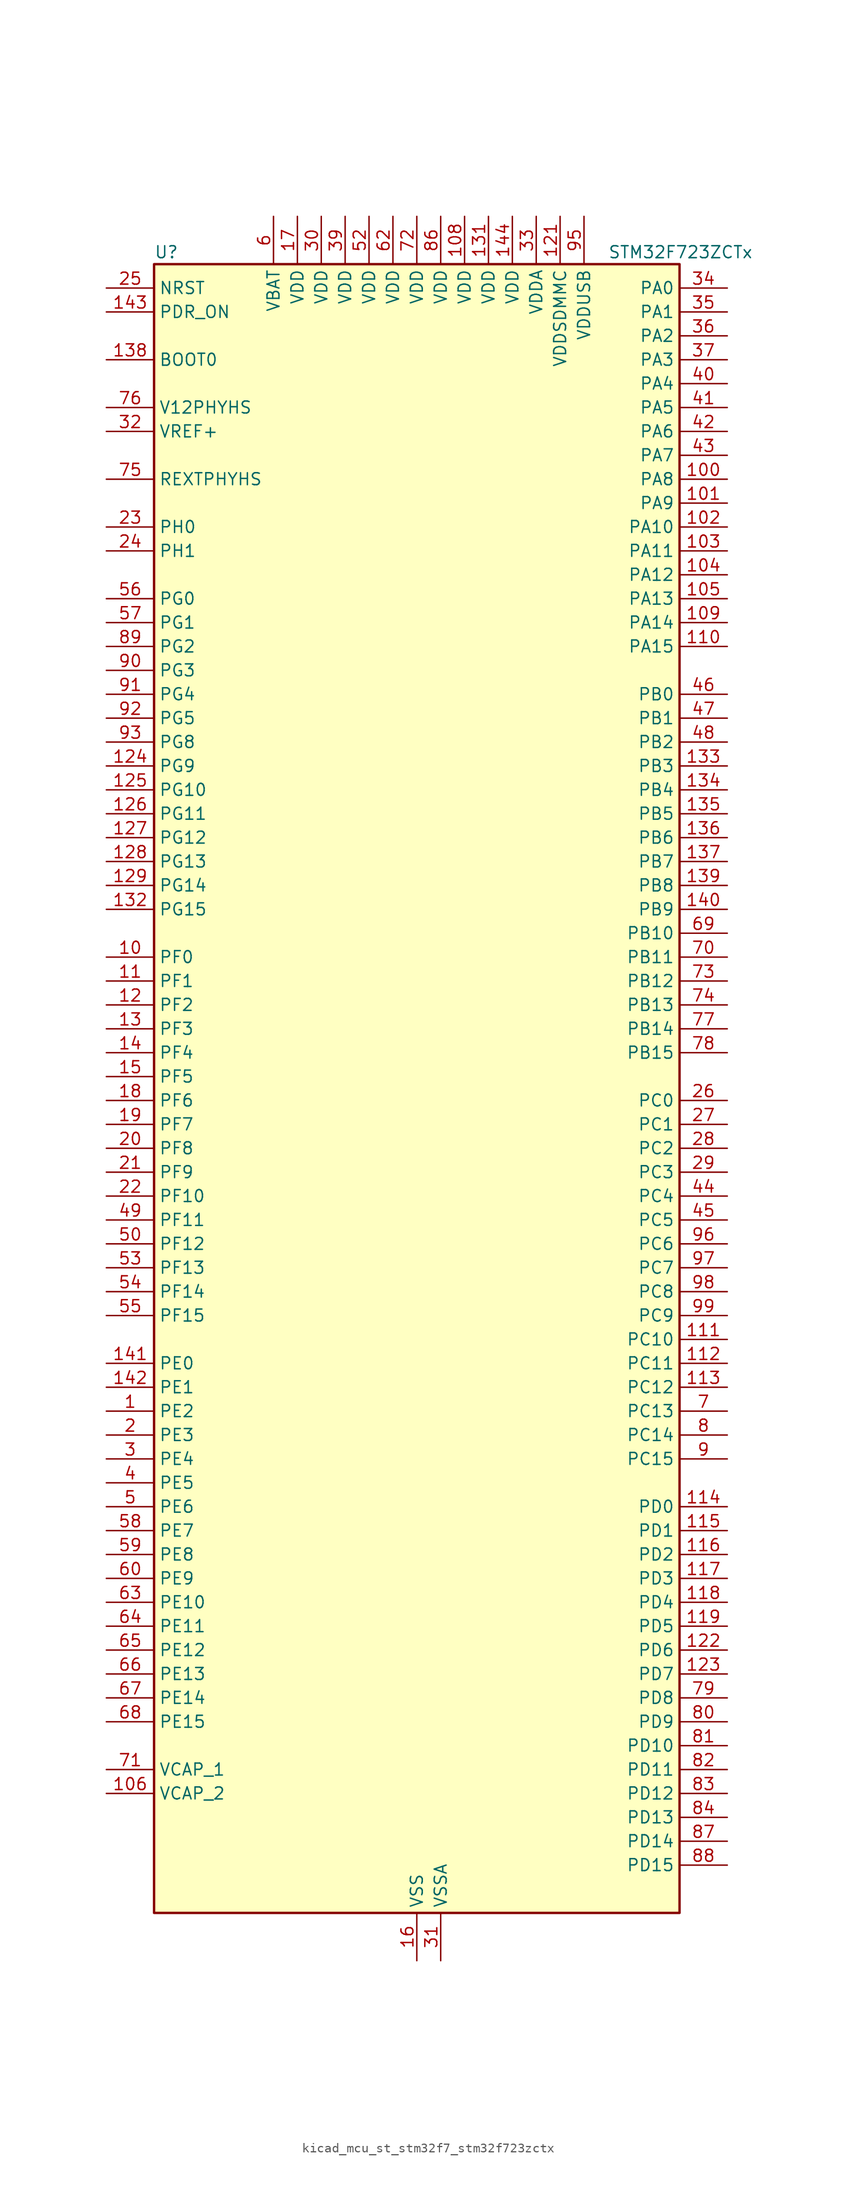
<source format=kicad_sym>
(kicad_symbol_lib
  (version 20220914)
  (generator kicad_symbol_editor)
  (symbol "kicad_mcu_st_stm32f7_stm32f723zctx"
    (property "Reference" "U"
      (at -27.94 90.17 0)
      (effects (font (size 1.27 1.27)) (justify left)))
    (property "Value" "STM32F723ZCTx"
      (at 20.32 90.17 0)
      (effects (font (size 1.27 1.27)) (justify left)))
    (property "ki_locked" ""
      (at 0 0 0)
      (effects (font (size 1.27 1.27))))
    (symbol "kicad_mcu_st_stm32f7_stm32f723zctx_0_1"
      (rectangle (start -27.94 -86.36) (end 27.94 88.9) (stroke (width 0.254) (type default)) (fill (type background))))
    (symbol "kicad_mcu_st_stm32f7_stm32f723zctx_1_1"
      (pin bidirectional line (at -33.02 -33.02 0) (length 5.08) (name "PE2" (effects (font (size 1.27 1.27)))) (number "1" (effects (font (size 1.27 1.27)))) (alternate "FMC_A23" bidirectional line) (alternate "QUADSPI_BK1_IO2" bidirectional line) (alternate "SAI1_MCLK_A" bidirectional line) (alternate "SPI4_SCK" bidirectional line) (alternate "SYS_TRACECLK" bidirectional line))
      (pin bidirectional line (at -33.02 15.24 0) (length 5.08) (name "PF0" (effects (font (size 1.27 1.27)))) (number "10" (effects (font (size 1.27 1.27)))) (alternate "FMC_A0" bidirectional line) (alternate "I2C2_SDA" bidirectional line))
      (pin bidirectional line (at 33.02 66.04 180) (length 5.08) (name "PA8" (effects (font (size 1.27 1.27)))) (number "100" (effects (font (size 1.27 1.27)))) (alternate "I2C3_SCL" bidirectional line) (alternate "RCC_MCO_1" bidirectional line) (alternate "TIM1_CH1" bidirectional line) (alternate "TIM8_BKIN2" bidirectional line) (alternate "USART1_CK" bidirectional line) (alternate "USB_OTG_FS_SOF" bidirectional line))
      (pin bidirectional line (at 33.02 63.5 180) (length 5.08) (name "PA9" (effects (font (size 1.27 1.27)))) (number "101" (effects (font (size 1.27 1.27)))) (alternate "DAC_EXTI9" bidirectional line) (alternate "I2C3_SMBA" bidirectional line) (alternate "I2S2_CK" bidirectional line) (alternate "SPI2_SCK" bidirectional line) (alternate "TIM1_CH2" bidirectional line) (alternate "USART1_TX" bidirectional line) (alternate "USB_OTG_FS_VBUS" bidirectional line))
      (pin bidirectional line (at 33.02 60.96 180) (length 5.08) (name "PA10" (effects (font (size 1.27 1.27)))) (number "102" (effects (font (size 1.27 1.27)))) (alternate "TIM1_CH3" bidirectional line) (alternate "USART1_RX" bidirectional line) (alternate "USB_OTG_FS_ID" bidirectional line))
      (pin bidirectional line (at 33.02 58.42 180) (length 5.08) (name "PA11" (effects (font (size 1.27 1.27)))) (number "103" (effects (font (size 1.27 1.27)))) (alternate "ADC1_EXTI11" bidirectional line) (alternate "ADC2_EXTI11" bidirectional line) (alternate "ADC3_EXTI11" bidirectional line) (alternate "CAN1_RX" bidirectional line) (alternate "TIM1_CH4" bidirectional line) (alternate "USART1_CTS" bidirectional line) (alternate "USB_OTG_FS_DM" bidirectional line))
      (pin bidirectional line (at 33.02 55.88 180) (length 5.08) (name "PA12" (effects (font (size 1.27 1.27)))) (number "104" (effects (font (size 1.27 1.27)))) (alternate "CAN1_TX" bidirectional line) (alternate "SAI2_FS_B" bidirectional line) (alternate "TIM1_ETR" bidirectional line) (alternate "USART1_DE" bidirectional line) (alternate "USART1_RTS" bidirectional line) (alternate "USB_OTG_FS_DP" bidirectional line))
      (pin bidirectional line (at 33.02 53.34 180) (length 5.08) (name "PA13" (effects (font (size 1.27 1.27)))) (number "105" (effects (font (size 1.27 1.27)))) (alternate "SYS_JTMS-SWDIO" bidirectional line))
      (pin power_out line (at -33.02 -73.66 0) (length 5.08) (name "VCAP_2" (effects (font (size 1.27 1.27)))) (number "106" (effects (font (size 1.27 1.27)))))
      (pin passive line (at 0 -91.44 90) (length 5.08) hide (name "VSS" (effects (font (size 1.27 1.27)))) (number "107" (effects (font (size 1.27 1.27)))))
      (pin power_in line (at 5.08 93.98 270) (length 5.08) (name "VDD" (effects (font (size 1.27 1.27)))) (number "108" (effects (font (size 1.27 1.27)))))
      (pin bidirectional line (at 33.02 50.8 180) (length 5.08) (name "PA14" (effects (font (size 1.27 1.27)))) (number "109" (effects (font (size 1.27 1.27)))) (alternate "SYS_JTCK-SWCLK" bidirectional line))
      (pin bidirectional line (at -33.02 12.7 0) (length 5.08) (name "PF1" (effects (font (size 1.27 1.27)))) (number "11" (effects (font (size 1.27 1.27)))) (alternate "FMC_A1" bidirectional line) (alternate "I2C2_SCL" bidirectional line))
      (pin bidirectional line (at 33.02 48.26 180) (length 5.08) (name "PA15" (effects (font (size 1.27 1.27)))) (number "110" (effects (font (size 1.27 1.27)))) (alternate "I2S1_WS" bidirectional line) (alternate "I2S3_WS" bidirectional line) (alternate "SPI1_NSS" bidirectional line) (alternate "SPI3_NSS" bidirectional line) (alternate "SYS_JTDI" bidirectional line) (alternate "TIM2_CH1" bidirectional line) (alternate "TIM2_ETR" bidirectional line) (alternate "UART4_DE" bidirectional line) (alternate "UART4_RTS" bidirectional line))
      (pin bidirectional line (at 33.02 -25.4 180) (length 5.08) (name "PC10" (effects (font (size 1.27 1.27)))) (number "111" (effects (font (size 1.27 1.27)))) (alternate "I2S3_CK" bidirectional line) (alternate "QUADSPI_BK1_IO1" bidirectional line) (alternate "SDMMC1_D2" bidirectional line) (alternate "SPI3_SCK" bidirectional line) (alternate "UART4_TX" bidirectional line) (alternate "USART3_TX" bidirectional line))
      (pin bidirectional line (at 33.02 -27.94 180) (length 5.08) (name "PC11" (effects (font (size 1.27 1.27)))) (number "112" (effects (font (size 1.27 1.27)))) (alternate "ADC1_EXTI11" bidirectional line) (alternate "ADC2_EXTI11" bidirectional line) (alternate "ADC3_EXTI11" bidirectional line) (alternate "QUADSPI_BK2_NCS" bidirectional line) (alternate "SDMMC1_D3" bidirectional line) (alternate "SPI3_MISO" bidirectional line) (alternate "UART4_RX" bidirectional line) (alternate "USART3_RX" bidirectional line))
      (pin bidirectional line (at 33.02 -30.48 180) (length 5.08) (name "PC12" (effects (font (size 1.27 1.27)))) (number "113" (effects (font (size 1.27 1.27)))) (alternate "I2S3_SD" bidirectional line) (alternate "SDMMC1_CK" bidirectional line) (alternate "SPI3_MOSI" bidirectional line) (alternate "SYS_TRACED3" bidirectional line) (alternate "UART5_TX" bidirectional line) (alternate "USART3_CK" bidirectional line))
      (pin bidirectional line (at 33.02 -43.18 180) (length 5.08) (name "PD0" (effects (font (size 1.27 1.27)))) (number "114" (effects (font (size 1.27 1.27)))) (alternate "CAN1_RX" bidirectional line) (alternate "FMC_D2" bidirectional line) (alternate "FMC_DA2" bidirectional line))
      (pin bidirectional line (at 33.02 -45.72 180) (length 5.08) (name "PD1" (effects (font (size 1.27 1.27)))) (number "115" (effects (font (size 1.27 1.27)))) (alternate "CAN1_TX" bidirectional line) (alternate "FMC_D3" bidirectional line) (alternate "FMC_DA3" bidirectional line))
      (pin bidirectional line (at 33.02 -48.26 180) (length 5.08) (name "PD2" (effects (font (size 1.27 1.27)))) (number "116" (effects (font (size 1.27 1.27)))) (alternate "SDMMC1_CMD" bidirectional line) (alternate "SYS_TRACED2" bidirectional line) (alternate "TIM3_ETR" bidirectional line) (alternate "UART5_RX" bidirectional line))
      (pin bidirectional line (at 33.02 -50.8 180) (length 5.08) (name "PD3" (effects (font (size 1.27 1.27)))) (number "117" (effects (font (size 1.27 1.27)))) (alternate "FMC_CLK" bidirectional line) (alternate "I2S2_CK" bidirectional line) (alternate "SPI2_SCK" bidirectional line) (alternate "USART2_CTS" bidirectional line))
      (pin bidirectional line (at 33.02 -53.34 180) (length 5.08) (name "PD4" (effects (font (size 1.27 1.27)))) (number "118" (effects (font (size 1.27 1.27)))) (alternate "FMC_NOE" bidirectional line) (alternate "USART2_DE" bidirectional line) (alternate "USART2_RTS" bidirectional line))
      (pin bidirectional line (at 33.02 -55.88 180) (length 5.08) (name "PD5" (effects (font (size 1.27 1.27)))) (number "119" (effects (font (size 1.27 1.27)))) (alternate "FMC_NWE" bidirectional line) (alternate "USART2_TX" bidirectional line))
      (pin bidirectional line (at -33.02 10.16 0) (length 5.08) (name "PF2" (effects (font (size 1.27 1.27)))) (number "12" (effects (font (size 1.27 1.27)))) (alternate "FMC_A2" bidirectional line) (alternate "I2C2_SMBA" bidirectional line))
      (pin passive line (at 0 -91.44 90) (length 5.08) hide (name "VSS" (effects (font (size 1.27 1.27)))) (number "120" (effects (font (size 1.27 1.27)))))
      (pin power_in line (at 15.24 93.98 270) (length 5.08) (name "VDDSDMMC" (effects (font (size 1.27 1.27)))) (number "121" (effects (font (size 1.27 1.27)))))
      (pin bidirectional line (at 33.02 -58.42 180) (length 5.08) (name "PD6" (effects (font (size 1.27 1.27)))) (number "122" (effects (font (size 1.27 1.27)))) (alternate "FMC_NWAIT" bidirectional line) (alternate "I2S3_SD" bidirectional line) (alternate "SAI1_SD_A" bidirectional line) (alternate "SDMMC2_CK" bidirectional line) (alternate "SPI3_MOSI" bidirectional line) (alternate "USART2_RX" bidirectional line))
      (pin bidirectional line (at 33.02 -60.96 180) (length 5.08) (name "PD7" (effects (font (size 1.27 1.27)))) (number "123" (effects (font (size 1.27 1.27)))) (alternate "FMC_NE1" bidirectional line) (alternate "SDMMC2_CMD" bidirectional line) (alternate "USART2_CK" bidirectional line))
      (pin bidirectional line (at -33.02 35.56 0) (length 5.08) (name "PG9" (effects (font (size 1.27 1.27)))) (number "124" (effects (font (size 1.27 1.27)))) (alternate "DAC_EXTI9" bidirectional line) (alternate "FMC_NCE" bidirectional line) (alternate "FMC_NE2" bidirectional line) (alternate "QUADSPI_BK2_IO2" bidirectional line) (alternate "SAI2_FS_B" bidirectional line) (alternate "SDMMC2_D0" bidirectional line) (alternate "USART6_RX" bidirectional line))
      (pin bidirectional line (at -33.02 33.02 0) (length 5.08) (name "PG10" (effects (font (size 1.27 1.27)))) (number "125" (effects (font (size 1.27 1.27)))) (alternate "FMC_NE3" bidirectional line) (alternate "SAI2_SD_B" bidirectional line) (alternate "SDMMC2_D1" bidirectional line))
      (pin bidirectional line (at -33.02 30.48 0) (length 5.08) (name "PG11" (effects (font (size 1.27 1.27)))) (number "126" (effects (font (size 1.27 1.27)))) (alternate "ADC1_EXTI11" bidirectional line) (alternate "ADC2_EXTI11" bidirectional line) (alternate "ADC3_EXTI11" bidirectional line) (alternate "FMC_INT" bidirectional line) (alternate "SDMMC2_D2" bidirectional line))
      (pin bidirectional line (at -33.02 27.94 0) (length 5.08) (name "PG12" (effects (font (size 1.27 1.27)))) (number "127" (effects (font (size 1.27 1.27)))) (alternate "FMC_NE4" bidirectional line) (alternate "LPTIM1_IN1" bidirectional line) (alternate "SDMMC2_D3" bidirectional line) (alternate "USART6_DE" bidirectional line) (alternate "USART6_RTS" bidirectional line))
      (pin bidirectional line (at -33.02 25.4 0) (length 5.08) (name "PG13" (effects (font (size 1.27 1.27)))) (number "128" (effects (font (size 1.27 1.27)))) (alternate "FMC_A24" bidirectional line) (alternate "LPTIM1_OUT" bidirectional line) (alternate "SYS_TRACED0" bidirectional line) (alternate "USART6_CTS" bidirectional line))
      (pin bidirectional line (at -33.02 22.86 0) (length 5.08) (name "PG14" (effects (font (size 1.27 1.27)))) (number "129" (effects (font (size 1.27 1.27)))) (alternate "FMC_A25" bidirectional line) (alternate "LPTIM1_ETR" bidirectional line) (alternate "QUADSPI_BK2_IO3" bidirectional line) (alternate "SYS_TRACED1" bidirectional line) (alternate "USART6_TX" bidirectional line))
      (pin bidirectional line (at -33.02 7.62 0) (length 5.08) (name "PF3" (effects (font (size 1.27 1.27)))) (number "13" (effects (font (size 1.27 1.27)))) (alternate "ADC3_IN9" bidirectional line) (alternate "FMC_A3" bidirectional line))
      (pin passive line (at 0 -91.44 90) (length 5.08) hide (name "VSS" (effects (font (size 1.27 1.27)))) (number "130" (effects (font (size 1.27 1.27)))))
      (pin power_in line (at 7.62 93.98 270) (length 5.08) (name "VDD" (effects (font (size 1.27 1.27)))) (number "131" (effects (font (size 1.27 1.27)))))
      (pin bidirectional line (at -33.02 20.32 0) (length 5.08) (name "PG15" (effects (font (size 1.27 1.27)))) (number "132" (effects (font (size 1.27 1.27)))) (alternate "FMC_SDNCAS" bidirectional line) (alternate "USART6_CTS" bidirectional line))
      (pin bidirectional line (at 33.02 35.56 180) (length 5.08) (name "PB3" (effects (font (size 1.27 1.27)))) (number "133" (effects (font (size 1.27 1.27)))) (alternate "I2S1_CK" bidirectional line) (alternate "I2S3_CK" bidirectional line) (alternate "SDMMC2_D2" bidirectional line) (alternate "SPI1_SCK" bidirectional line) (alternate "SPI3_SCK" bidirectional line) (alternate "SYS_JTDO-SWO" bidirectional line) (alternate "TIM2_CH2" bidirectional line))
      (pin bidirectional line (at 33.02 33.02 180) (length 5.08) (name "PB4" (effects (font (size 1.27 1.27)))) (number "134" (effects (font (size 1.27 1.27)))) (alternate "I2S2_WS" bidirectional line) (alternate "SDMMC2_D3" bidirectional line) (alternate "SPI1_MISO" bidirectional line) (alternate "SPI2_NSS" bidirectional line) (alternate "SPI3_MISO" bidirectional line) (alternate "SYS_JTRST" bidirectional line) (alternate "TIM3_CH1" bidirectional line))
      (pin bidirectional line (at 33.02 30.48 180) (length 5.08) (name "PB5" (effects (font (size 1.27 1.27)))) (number "135" (effects (font (size 1.27 1.27)))) (alternate "FMC_SDCKE1" bidirectional line) (alternate "I2C1_SMBA" bidirectional line) (alternate "I2S1_SD" bidirectional line) (alternate "I2S3_SD" bidirectional line) (alternate "SPI1_MOSI" bidirectional line) (alternate "SPI3_MOSI" bidirectional line) (alternate "TIM3_CH2" bidirectional line))
      (pin bidirectional line (at 33.02 27.94 180) (length 5.08) (name "PB6" (effects (font (size 1.27 1.27)))) (number "136" (effects (font (size 1.27 1.27)))) (alternate "FMC_SDNE1" bidirectional line) (alternate "I2C1_SCL" bidirectional line) (alternate "QUADSPI_BK1_NCS" bidirectional line) (alternate "TIM4_CH1" bidirectional line) (alternate "USART1_TX" bidirectional line))
      (pin bidirectional line (at 33.02 25.4 180) (length 5.08) (name "PB7" (effects (font (size 1.27 1.27)))) (number "137" (effects (font (size 1.27 1.27)))) (alternate "FMC_NL" bidirectional line) (alternate "I2C1_SDA" bidirectional line) (alternate "TIM4_CH2" bidirectional line) (alternate "USART1_RX" bidirectional line))
      (pin input line (at -33.02 78.74 0) (length 5.08) (name "BOOT0" (effects (font (size 1.27 1.27)))) (number "138" (effects (font (size 1.27 1.27)))))
      (pin bidirectional line (at 33.02 22.86 180) (length 5.08) (name "PB8" (effects (font (size 1.27 1.27)))) (number "139" (effects (font (size 1.27 1.27)))) (alternate "CAN1_RX" bidirectional line) (alternate "I2C1_SCL" bidirectional line) (alternate "SDMMC1_D4" bidirectional line) (alternate "SDMMC2_D4" bidirectional line) (alternate "TIM10_CH1" bidirectional line) (alternate "TIM4_CH3" bidirectional line))
      (pin bidirectional line (at -33.02 5.08 0) (length 5.08) (name "PF4" (effects (font (size 1.27 1.27)))) (number "14" (effects (font (size 1.27 1.27)))) (alternate "ADC3_IN14" bidirectional line) (alternate "FMC_A4" bidirectional line))
      (pin bidirectional line (at 33.02 20.32 180) (length 5.08) (name "PB9" (effects (font (size 1.27 1.27)))) (number "140" (effects (font (size 1.27 1.27)))) (alternate "CAN1_TX" bidirectional line) (alternate "DAC_EXTI9" bidirectional line) (alternate "I2C1_SDA" bidirectional line) (alternate "I2S2_WS" bidirectional line) (alternate "SDMMC1_D5" bidirectional line) (alternate "SDMMC2_D5" bidirectional line) (alternate "SPI2_NSS" bidirectional line) (alternate "TIM11_CH1" bidirectional line) (alternate "TIM4_CH4" bidirectional line))
      (pin bidirectional line (at -33.02 -27.94 0) (length 5.08) (name "PE0" (effects (font (size 1.27 1.27)))) (number "141" (effects (font (size 1.27 1.27)))) (alternate "FMC_NBL0" bidirectional line) (alternate "LPTIM1_ETR" bidirectional line) (alternate "SAI2_MCLK_A" bidirectional line) (alternate "TIM4_ETR" bidirectional line) (alternate "UART8_RX" bidirectional line))
      (pin bidirectional line (at -33.02 -30.48 0) (length 5.08) (name "PE1" (effects (font (size 1.27 1.27)))) (number "142" (effects (font (size 1.27 1.27)))) (alternate "FMC_NBL1" bidirectional line) (alternate "LPTIM1_IN2" bidirectional line) (alternate "UART8_TX" bidirectional line))
      (pin input line (at -33.02 83.82 0) (length 5.08) (name "PDR_ON" (effects (font (size 1.27 1.27)))) (number "143" (effects (font (size 1.27 1.27)))))
      (pin power_in line (at 10.16 93.98 270) (length 5.08) (name "VDD" (effects (font (size 1.27 1.27)))) (number "144" (effects (font (size 1.27 1.27)))))
      (pin bidirectional line (at -33.02 2.54 0) (length 5.08) (name "PF5" (effects (font (size 1.27 1.27)))) (number "15" (effects (font (size 1.27 1.27)))) (alternate "ADC3_IN15" bidirectional line) (alternate "FMC_A5" bidirectional line))
      (pin power_in line (at 0 -91.44 90) (length 5.08) (name "VSS" (effects (font (size 1.27 1.27)))) (number "16" (effects (font (size 1.27 1.27)))))
      (pin power_in line (at -12.7 93.98 270) (length 5.08) (name "VDD" (effects (font (size 1.27 1.27)))) (number "17" (effects (font (size 1.27 1.27)))))
      (pin bidirectional line (at -33.02 0 0) (length 5.08) (name "PF6" (effects (font (size 1.27 1.27)))) (number "18" (effects (font (size 1.27 1.27)))) (alternate "ADC3_IN4" bidirectional line) (alternate "QUADSPI_BK1_IO3" bidirectional line) (alternate "SAI1_SD_B" bidirectional line) (alternate "SPI5_NSS" bidirectional line) (alternate "TIM10_CH1" bidirectional line) (alternate "UART7_RX" bidirectional line))
      (pin bidirectional line (at -33.02 -2.54 0) (length 5.08) (name "PF7" (effects (font (size 1.27 1.27)))) (number "19" (effects (font (size 1.27 1.27)))) (alternate "ADC3_IN5" bidirectional line) (alternate "QUADSPI_BK1_IO2" bidirectional line) (alternate "SAI1_MCLK_B" bidirectional line) (alternate "SPI5_SCK" bidirectional line) (alternate "TIM11_CH1" bidirectional line) (alternate "UART7_TX" bidirectional line))
      (pin bidirectional line (at -33.02 -35.56 0) (length 5.08) (name "PE3" (effects (font (size 1.27 1.27)))) (number "2" (effects (font (size 1.27 1.27)))) (alternate "FMC_A19" bidirectional line) (alternate "SAI1_SD_B" bidirectional line) (alternate "SYS_TRACED0" bidirectional line))
      (pin bidirectional line (at -33.02 -5.08 0) (length 5.08) (name "PF8" (effects (font (size 1.27 1.27)))) (number "20" (effects (font (size 1.27 1.27)))) (alternate "ADC3_IN6" bidirectional line) (alternate "QUADSPI_BK1_IO0" bidirectional line) (alternate "SAI1_SCK_B" bidirectional line) (alternate "SPI5_MISO" bidirectional line) (alternate "TIM13_CH1" bidirectional line) (alternate "UART7_DE" bidirectional line) (alternate "UART7_RTS" bidirectional line))
      (pin bidirectional line (at -33.02 -7.62 0) (length 5.08) (name "PF9" (effects (font (size 1.27 1.27)))) (number "21" (effects (font (size 1.27 1.27)))) (alternate "ADC3_IN7" bidirectional line) (alternate "DAC_EXTI9" bidirectional line) (alternate "QUADSPI_BK1_IO1" bidirectional line) (alternate "SAI1_FS_B" bidirectional line) (alternate "SPI5_MOSI" bidirectional line) (alternate "TIM14_CH1" bidirectional line) (alternate "UART7_CTS" bidirectional line))
      (pin bidirectional line (at -33.02 -10.16 0) (length 5.08) (name "PF10" (effects (font (size 1.27 1.27)))) (number "22" (effects (font (size 1.27 1.27)))) (alternate "ADC3_IN8" bidirectional line))
      (pin bidirectional line (at -33.02 60.96 0) (length 5.08) (name "PH0" (effects (font (size 1.27 1.27)))) (number "23" (effects (font (size 1.27 1.27)))) (alternate "RCC_OSC_IN" bidirectional line))
      (pin bidirectional line (at -33.02 58.42 0) (length 5.08) (name "PH1" (effects (font (size 1.27 1.27)))) (number "24" (effects (font (size 1.27 1.27)))) (alternate "RCC_OSC_OUT" bidirectional line))
      (pin input line (at -33.02 86.36 0) (length 5.08) (name "NRST" (effects (font (size 1.27 1.27)))) (number "25" (effects (font (size 1.27 1.27)))))
      (pin bidirectional line (at 33.02 0 180) (length 5.08) (name "PC0" (effects (font (size 1.27 1.27)))) (number "26" (effects (font (size 1.27 1.27)))) (alternate "ADC1_IN10" bidirectional line) (alternate "ADC2_IN10" bidirectional line) (alternate "ADC3_IN10" bidirectional line) (alternate "FMC_SDNWE" bidirectional line) (alternate "SAI2_FS_B" bidirectional line))
      (pin bidirectional line (at 33.02 -2.54 180) (length 5.08) (name "PC1" (effects (font (size 1.27 1.27)))) (number "27" (effects (font (size 1.27 1.27)))) (alternate "ADC1_IN11" bidirectional line) (alternate "ADC2_IN11" bidirectional line) (alternate "ADC3_IN11" bidirectional line) (alternate "I2S2_SD" bidirectional line) (alternate "RTC_TAMP3" bidirectional line) (alternate "RTC_TS" bidirectional line) (alternate "SAI1_SD_A" bidirectional line) (alternate "SPI2_MOSI" bidirectional line) (alternate "SYS_TRACED0" bidirectional line) (alternate "SYS_WKUP3" bidirectional line))
      (pin bidirectional line (at 33.02 -5.08 180) (length 5.08) (name "PC2" (effects (font (size 1.27 1.27)))) (number "28" (effects (font (size 1.27 1.27)))) (alternate "ADC1_IN12" bidirectional line) (alternate "ADC2_IN12" bidirectional line) (alternate "ADC3_IN12" bidirectional line) (alternate "FMC_SDNE0" bidirectional line) (alternate "SPI2_MISO" bidirectional line))
      (pin bidirectional line (at 33.02 -7.62 180) (length 5.08) (name "PC3" (effects (font (size 1.27 1.27)))) (number "29" (effects (font (size 1.27 1.27)))) (alternate "ADC1_IN13" bidirectional line) (alternate "ADC2_IN13" bidirectional line) (alternate "ADC3_IN13" bidirectional line) (alternate "FMC_SDCKE0" bidirectional line) (alternate "I2S2_SD" bidirectional line) (alternate "SPI2_MOSI" bidirectional line))
      (pin bidirectional line (at -33.02 -38.1 0) (length 5.08) (name "PE4" (effects (font (size 1.27 1.27)))) (number "3" (effects (font (size 1.27 1.27)))) (alternate "FMC_A20" bidirectional line) (alternate "SAI1_FS_A" bidirectional line) (alternate "SPI4_NSS" bidirectional line) (alternate "SYS_TRACED1" bidirectional line))
      (pin power_in line (at -10.16 93.98 270) (length 5.08) (name "VDD" (effects (font (size 1.27 1.27)))) (number "30" (effects (font (size 1.27 1.27)))))
      (pin power_in line (at 2.54 -91.44 90) (length 5.08) (name "VSSA" (effects (font (size 1.27 1.27)))) (number "31" (effects (font (size 1.27 1.27)))))
      (pin input line (at -33.02 71.12 0) (length 5.08) (name "VREF+" (effects (font (size 1.27 1.27)))) (number "32" (effects (font (size 1.27 1.27)))))
      (pin power_in line (at 12.7 93.98 270) (length 5.08) (name "VDDA" (effects (font (size 1.27 1.27)))) (number "33" (effects (font (size 1.27 1.27)))))
      (pin bidirectional line (at 33.02 86.36 180) (length 5.08) (name "PA0" (effects (font (size 1.27 1.27)))) (number "34" (effects (font (size 1.27 1.27)))) (alternate "ADC1_IN0" bidirectional line) (alternate "ADC2_IN0" bidirectional line) (alternate "ADC3_IN0" bidirectional line) (alternate "SAI2_SD_B" bidirectional line) (alternate "SYS_WKUP1" bidirectional line) (alternate "TIM2_CH1" bidirectional line) (alternate "TIM2_ETR" bidirectional line) (alternate "TIM5_CH1" bidirectional line) (alternate "TIM8_ETR" bidirectional line) (alternate "UART4_TX" bidirectional line) (alternate "USART2_CTS" bidirectional line))
      (pin bidirectional line (at 33.02 83.82 180) (length 5.08) (name "PA1" (effects (font (size 1.27 1.27)))) (number "35" (effects (font (size 1.27 1.27)))) (alternate "ADC1_IN1" bidirectional line) (alternate "ADC2_IN1" bidirectional line) (alternate "ADC3_IN1" bidirectional line) (alternate "QUADSPI_BK1_IO3" bidirectional line) (alternate "SAI2_MCLK_B" bidirectional line) (alternate "TIM2_CH2" bidirectional line) (alternate "TIM5_CH2" bidirectional line) (alternate "UART4_RX" bidirectional line) (alternate "USART2_DE" bidirectional line) (alternate "USART2_RTS" bidirectional line))
      (pin bidirectional line (at 33.02 81.28 180) (length 5.08) (name "PA2" (effects (font (size 1.27 1.27)))) (number "36" (effects (font (size 1.27 1.27)))) (alternate "ADC1_IN2" bidirectional line) (alternate "ADC2_IN2" bidirectional line) (alternate "ADC3_IN2" bidirectional line) (alternate "SAI2_SCK_B" bidirectional line) (alternate "SYS_WKUP2" bidirectional line) (alternate "TIM2_CH3" bidirectional line) (alternate "TIM5_CH3" bidirectional line) (alternate "TIM9_CH1" bidirectional line) (alternate "USART2_TX" bidirectional line))
      (pin bidirectional line (at 33.02 78.74 180) (length 5.08) (name "PA3" (effects (font (size 1.27 1.27)))) (number "37" (effects (font (size 1.27 1.27)))) (alternate "ADC1_IN3" bidirectional line) (alternate "ADC2_IN3" bidirectional line) (alternate "ADC3_IN3" bidirectional line) (alternate "TIM2_CH4" bidirectional line) (alternate "TIM5_CH4" bidirectional line) (alternate "TIM9_CH2" bidirectional line) (alternate "USART2_RX" bidirectional line))
      (pin passive line (at 0 -91.44 90) (length 5.08) hide (name "VSS" (effects (font (size 1.27 1.27)))) (number "38" (effects (font (size 1.27 1.27)))))
      (pin power_in line (at -7.62 93.98 270) (length 5.08) (name "VDD" (effects (font (size 1.27 1.27)))) (number "39" (effects (font (size 1.27 1.27)))))
      (pin bidirectional line (at -33.02 -40.64 0) (length 5.08) (name "PE5" (effects (font (size 1.27 1.27)))) (number "4" (effects (font (size 1.27 1.27)))) (alternate "FMC_A21" bidirectional line) (alternate "SAI1_SCK_A" bidirectional line) (alternate "SPI4_MISO" bidirectional line) (alternate "SYS_TRACED2" bidirectional line) (alternate "TIM9_CH1" bidirectional line))
      (pin bidirectional line (at 33.02 76.2 180) (length 5.08) (name "PA4" (effects (font (size 1.27 1.27)))) (number "40" (effects (font (size 1.27 1.27)))) (alternate "ADC1_IN4" bidirectional line) (alternate "ADC2_IN4" bidirectional line) (alternate "DAC_OUT1" bidirectional line) (alternate "I2S1_WS" bidirectional line) (alternate "I2S3_WS" bidirectional line) (alternate "SPI1_NSS" bidirectional line) (alternate "SPI3_NSS" bidirectional line) (alternate "USART2_CK" bidirectional line) (alternate "USB_OTG_HS_SOF" bidirectional line))
      (pin bidirectional line (at 33.02 73.66 180) (length 5.08) (name "PA5" (effects (font (size 1.27 1.27)))) (number "41" (effects (font (size 1.27 1.27)))) (alternate "ADC1_IN5" bidirectional line) (alternate "ADC2_IN5" bidirectional line) (alternate "DAC_OUT2" bidirectional line) (alternate "I2S1_CK" bidirectional line) (alternate "SPI1_SCK" bidirectional line) (alternate "TIM2_CH1" bidirectional line) (alternate "TIM2_ETR" bidirectional line) (alternate "TIM8_CH1N" bidirectional line))
      (pin bidirectional line (at 33.02 71.12 180) (length 5.08) (name "PA6" (effects (font (size 1.27 1.27)))) (number "42" (effects (font (size 1.27 1.27)))) (alternate "ADC1_IN6" bidirectional line) (alternate "ADC2_IN6" bidirectional line) (alternate "SPI1_MISO" bidirectional line) (alternate "TIM13_CH1" bidirectional line) (alternate "TIM1_BKIN" bidirectional line) (alternate "TIM3_CH1" bidirectional line) (alternate "TIM8_BKIN" bidirectional line))
      (pin bidirectional line (at 33.02 68.58 180) (length 5.08) (name "PA7" (effects (font (size 1.27 1.27)))) (number "43" (effects (font (size 1.27 1.27)))) (alternate "ADC1_IN7" bidirectional line) (alternate "ADC2_IN7" bidirectional line) (alternate "FMC_SDNWE" bidirectional line) (alternate "I2S1_SD" bidirectional line) (alternate "SPI1_MOSI" bidirectional line) (alternate "TIM14_CH1" bidirectional line) (alternate "TIM1_CH1N" bidirectional line) (alternate "TIM3_CH2" bidirectional line) (alternate "TIM8_CH1N" bidirectional line))
      (pin bidirectional line (at 33.02 -10.16 180) (length 5.08) (name "PC4" (effects (font (size 1.27 1.27)))) (number "44" (effects (font (size 1.27 1.27)))) (alternate "ADC1_IN14" bidirectional line) (alternate "ADC2_IN14" bidirectional line) (alternate "FMC_SDNE0" bidirectional line) (alternate "I2S1_MCK" bidirectional line))
      (pin bidirectional line (at 33.02 -12.7 180) (length 5.08) (name "PC5" (effects (font (size 1.27 1.27)))) (number "45" (effects (font (size 1.27 1.27)))) (alternate "ADC1_IN15" bidirectional line) (alternate "ADC2_IN15" bidirectional line) (alternate "FMC_SDCKE0" bidirectional line))
      (pin bidirectional line (at 33.02 43.18 180) (length 5.08) (name "PB0" (effects (font (size 1.27 1.27)))) (number "46" (effects (font (size 1.27 1.27)))) (alternate "ADC1_IN8" bidirectional line) (alternate "ADC2_IN8" bidirectional line) (alternate "TIM1_CH2N" bidirectional line) (alternate "TIM3_CH3" bidirectional line) (alternate "TIM8_CH2N" bidirectional line) (alternate "UART4_CTS" bidirectional line))
      (pin bidirectional line (at 33.02 40.64 180) (length 5.08) (name "PB1" (effects (font (size 1.27 1.27)))) (number "47" (effects (font (size 1.27 1.27)))) (alternate "ADC1_IN9" bidirectional line) (alternate "ADC2_IN9" bidirectional line) (alternate "TIM1_CH3N" bidirectional line) (alternate "TIM3_CH4" bidirectional line) (alternate "TIM8_CH3N" bidirectional line))
      (pin bidirectional line (at 33.02 38.1 180) (length 5.08) (name "PB2" (effects (font (size 1.27 1.27)))) (number "48" (effects (font (size 1.27 1.27)))) (alternate "I2S3_SD" bidirectional line) (alternate "QUADSPI_CLK" bidirectional line) (alternate "SAI1_SD_A" bidirectional line) (alternate "SPI3_MOSI" bidirectional line))
      (pin bidirectional line (at -33.02 -12.7 0) (length 5.08) (name "PF11" (effects (font (size 1.27 1.27)))) (number "49" (effects (font (size 1.27 1.27)))) (alternate "ADC1_EXTI11" bidirectional line) (alternate "ADC2_EXTI11" bidirectional line) (alternate "ADC3_EXTI11" bidirectional line) (alternate "FMC_SDNRAS" bidirectional line) (alternate "SAI2_SD_B" bidirectional line) (alternate "SPI5_MOSI" bidirectional line))
      (pin bidirectional line (at -33.02 -43.18 0) (length 5.08) (name "PE6" (effects (font (size 1.27 1.27)))) (number "5" (effects (font (size 1.27 1.27)))) (alternate "FMC_A22" bidirectional line) (alternate "SAI1_SD_A" bidirectional line) (alternate "SAI2_MCLK_B" bidirectional line) (alternate "SPI4_MOSI" bidirectional line) (alternate "SYS_TRACED3" bidirectional line) (alternate "TIM1_BKIN2" bidirectional line) (alternate "TIM9_CH2" bidirectional line))
      (pin bidirectional line (at -33.02 -15.24 0) (length 5.08) (name "PF12" (effects (font (size 1.27 1.27)))) (number "50" (effects (font (size 1.27 1.27)))) (alternate "FMC_A6" bidirectional line))
      (pin passive line (at 0 -91.44 90) (length 5.08) hide (name "VSS" (effects (font (size 1.27 1.27)))) (number "51" (effects (font (size 1.27 1.27)))))
      (pin power_in line (at -5.08 93.98 270) (length 5.08) (name "VDD" (effects (font (size 1.27 1.27)))) (number "52" (effects (font (size 1.27 1.27)))))
      (pin bidirectional line (at -33.02 -17.78 0) (length 5.08) (name "PF13" (effects (font (size 1.27 1.27)))) (number "53" (effects (font (size 1.27 1.27)))) (alternate "FMC_A7" bidirectional line))
      (pin bidirectional line (at -33.02 -20.32 0) (length 5.08) (name "PF14" (effects (font (size 1.27 1.27)))) (number "54" (effects (font (size 1.27 1.27)))) (alternate "FMC_A8" bidirectional line))
      (pin bidirectional line (at -33.02 -22.86 0) (length 5.08) (name "PF15" (effects (font (size 1.27 1.27)))) (number "55" (effects (font (size 1.27 1.27)))) (alternate "FMC_A9" bidirectional line))
      (pin bidirectional line (at -33.02 53.34 0) (length 5.08) (name "PG0" (effects (font (size 1.27 1.27)))) (number "56" (effects (font (size 1.27 1.27)))) (alternate "FMC_A10" bidirectional line))
      (pin bidirectional line (at -33.02 50.8 0) (length 5.08) (name "PG1" (effects (font (size 1.27 1.27)))) (number "57" (effects (font (size 1.27 1.27)))) (alternate "FMC_A11" bidirectional line))
      (pin bidirectional line (at -33.02 -45.72 0) (length 5.08) (name "PE7" (effects (font (size 1.27 1.27)))) (number "58" (effects (font (size 1.27 1.27)))) (alternate "FMC_D4" bidirectional line) (alternate "FMC_DA4" bidirectional line) (alternate "QUADSPI_BK2_IO0" bidirectional line) (alternate "TIM1_ETR" bidirectional line) (alternate "UART7_RX" bidirectional line))
      (pin bidirectional line (at -33.02 -48.26 0) (length 5.08) (name "PE8" (effects (font (size 1.27 1.27)))) (number "59" (effects (font (size 1.27 1.27)))) (alternate "FMC_D5" bidirectional line) (alternate "FMC_DA5" bidirectional line) (alternate "QUADSPI_BK2_IO1" bidirectional line) (alternate "TIM1_CH1N" bidirectional line) (alternate "UART7_TX" bidirectional line))
      (pin power_in line (at -15.24 93.98 270) (length 5.08) (name "VBAT" (effects (font (size 1.27 1.27)))) (number "6" (effects (font (size 1.27 1.27)))))
      (pin bidirectional line (at -33.02 -50.8 0) (length 5.08) (name "PE9" (effects (font (size 1.27 1.27)))) (number "60" (effects (font (size 1.27 1.27)))) (alternate "DAC_EXTI9" bidirectional line) (alternate "FMC_D6" bidirectional line) (alternate "FMC_DA6" bidirectional line) (alternate "QUADSPI_BK2_IO2" bidirectional line) (alternate "TIM1_CH1" bidirectional line) (alternate "UART7_DE" bidirectional line) (alternate "UART7_RTS" bidirectional line))
      (pin passive line (at 0 -91.44 90) (length 5.08) hide (name "VSS" (effects (font (size 1.27 1.27)))) (number "61" (effects (font (size 1.27 1.27)))))
      (pin power_in line (at -2.54 93.98 270) (length 5.08) (name "VDD" (effects (font (size 1.27 1.27)))) (number "62" (effects (font (size 1.27 1.27)))))
      (pin bidirectional line (at -33.02 -53.34 0) (length 5.08) (name "PE10" (effects (font (size 1.27 1.27)))) (number "63" (effects (font (size 1.27 1.27)))) (alternate "FMC_D7" bidirectional line) (alternate "FMC_DA7" bidirectional line) (alternate "QUADSPI_BK2_IO3" bidirectional line) (alternate "TIM1_CH2N" bidirectional line) (alternate "UART7_CTS" bidirectional line))
      (pin bidirectional line (at -33.02 -55.88 0) (length 5.08) (name "PE11" (effects (font (size 1.27 1.27)))) (number "64" (effects (font (size 1.27 1.27)))) (alternate "ADC1_EXTI11" bidirectional line) (alternate "ADC2_EXTI11" bidirectional line) (alternate "ADC3_EXTI11" bidirectional line) (alternate "FMC_D8" bidirectional line) (alternate "FMC_DA8" bidirectional line) (alternate "SAI2_SD_B" bidirectional line) (alternate "SPI4_NSS" bidirectional line) (alternate "TIM1_CH2" bidirectional line))
      (pin bidirectional line (at -33.02 -58.42 0) (length 5.08) (name "PE12" (effects (font (size 1.27 1.27)))) (number "65" (effects (font (size 1.27 1.27)))) (alternate "FMC_D9" bidirectional line) (alternate "FMC_DA9" bidirectional line) (alternate "SAI2_SCK_B" bidirectional line) (alternate "SPI4_SCK" bidirectional line) (alternate "TIM1_CH3N" bidirectional line))
      (pin bidirectional line (at -33.02 -60.96 0) (length 5.08) (name "PE13" (effects (font (size 1.27 1.27)))) (number "66" (effects (font (size 1.27 1.27)))) (alternate "FMC_D10" bidirectional line) (alternate "FMC_DA10" bidirectional line) (alternate "SAI2_FS_B" bidirectional line) (alternate "SPI4_MISO" bidirectional line) (alternate "TIM1_CH3" bidirectional line))
      (pin bidirectional line (at -33.02 -63.5 0) (length 5.08) (name "PE14" (effects (font (size 1.27 1.27)))) (number "67" (effects (font (size 1.27 1.27)))) (alternate "FMC_D11" bidirectional line) (alternate "FMC_DA11" bidirectional line) (alternate "SAI2_MCLK_B" bidirectional line) (alternate "SPI4_MOSI" bidirectional line) (alternate "TIM1_CH4" bidirectional line))
      (pin bidirectional line (at -33.02 -66.04 0) (length 5.08) (name "PE15" (effects (font (size 1.27 1.27)))) (number "68" (effects (font (size 1.27 1.27)))) (alternate "FMC_D12" bidirectional line) (alternate "FMC_DA12" bidirectional line) (alternate "TIM1_BKIN" bidirectional line))
      (pin bidirectional line (at 33.02 17.78 180) (length 5.08) (name "PB10" (effects (font (size 1.27 1.27)))) (number "69" (effects (font (size 1.27 1.27)))) (alternate "I2C2_SCL" bidirectional line) (alternate "I2S2_CK" bidirectional line) (alternate "SPI2_SCK" bidirectional line) (alternate "TIM2_CH3" bidirectional line) (alternate "USART3_TX" bidirectional line))
      (pin bidirectional line (at 33.02 -33.02 180) (length 5.08) (name "PC13" (effects (font (size 1.27 1.27)))) (number "7" (effects (font (size 1.27 1.27)))) (alternate "RTC_OUT" bidirectional line) (alternate "RTC_TAMP1" bidirectional line) (alternate "RTC_TS" bidirectional line) (alternate "SYS_WKUP4" bidirectional line))
      (pin bidirectional line (at 33.02 15.24 180) (length 5.08) (name "PB11" (effects (font (size 1.27 1.27)))) (number "70" (effects (font (size 1.27 1.27)))) (alternate "ADC1_EXTI11" bidirectional line) (alternate "ADC2_EXTI11" bidirectional line) (alternate "ADC3_EXTI11" bidirectional line) (alternate "I2C2_SDA" bidirectional line) (alternate "TIM2_CH4" bidirectional line) (alternate "USART3_RX" bidirectional line))
      (pin power_out line (at -33.02 -71.12 0) (length 5.08) (name "VCAP_1" (effects (font (size 1.27 1.27)))) (number "71" (effects (font (size 1.27 1.27)))))
      (pin power_in line (at 0 93.98 270) (length 5.08) (name "VDD" (effects (font (size 1.27 1.27)))) (number "72" (effects (font (size 1.27 1.27)))))
      (pin bidirectional line (at 33.02 12.7 180) (length 5.08) (name "PB12" (effects (font (size 1.27 1.27)))) (number "73" (effects (font (size 1.27 1.27)))) (alternate "I2C2_SMBA" bidirectional line) (alternate "I2S2_WS" bidirectional line) (alternate "SPI2_NSS" bidirectional line) (alternate "TIM1_BKIN" bidirectional line) (alternate "USART3_CK" bidirectional line) (alternate "USB_OTG_HS_ID" bidirectional line))
      (pin bidirectional line (at 33.02 10.16 180) (length 5.08) (name "PB13" (effects (font (size 1.27 1.27)))) (number "74" (effects (font (size 1.27 1.27)))) (alternate "I2S2_CK" bidirectional line) (alternate "SPI2_SCK" bidirectional line) (alternate "TIM1_CH1N" bidirectional line) (alternate "USART3_CTS" bidirectional line) (alternate "USB_OTG_HS_VBUS" bidirectional line))
      (pin bidirectional line (at -33.02 66.04 0) (length 5.08) (name "REXTPHYHS" (effects (font (size 1.27 1.27)))) (number "75" (effects (font (size 1.27 1.27)))) (alternate "USB_OTG_HS_REXTPHYHS" bidirectional line))
      (pin power_in line (at -33.02 73.66 0) (length 5.08) (name "V12PHYHS" (effects (font (size 1.27 1.27)))) (number "76" (effects (font (size 1.27 1.27)))))
      (pin bidirectional line (at 33.02 7.62 180) (length 5.08) (name "PB14" (effects (font (size 1.27 1.27)))) (number "77" (effects (font (size 1.27 1.27)))) (alternate "USB_OTG_HS_DM" bidirectional line))
      (pin bidirectional line (at 33.02 5.08 180) (length 5.08) (name "PB15" (effects (font (size 1.27 1.27)))) (number "78" (effects (font (size 1.27 1.27)))) (alternate "USB_OTG_HS_DP" bidirectional line))
      (pin bidirectional line (at 33.02 -63.5 180) (length 5.08) (name "PD8" (effects (font (size 1.27 1.27)))) (number "79" (effects (font (size 1.27 1.27)))) (alternate "FMC_D13" bidirectional line) (alternate "FMC_DA13" bidirectional line) (alternate "USART3_TX" bidirectional line))
      (pin bidirectional line (at 33.02 -35.56 180) (length 5.08) (name "PC14" (effects (font (size 1.27 1.27)))) (number "8" (effects (font (size 1.27 1.27)))) (alternate "RCC_OSC32_IN" bidirectional line))
      (pin bidirectional line (at 33.02 -66.04 180) (length 5.08) (name "PD9" (effects (font (size 1.27 1.27)))) (number "80" (effects (font (size 1.27 1.27)))) (alternate "DAC_EXTI9" bidirectional line) (alternate "FMC_D14" bidirectional line) (alternate "FMC_DA14" bidirectional line) (alternate "USART3_RX" bidirectional line))
      (pin bidirectional line (at 33.02 -68.58 180) (length 5.08) (name "PD10" (effects (font (size 1.27 1.27)))) (number "81" (effects (font (size 1.27 1.27)))) (alternate "FMC_D15" bidirectional line) (alternate "FMC_DA15" bidirectional line) (alternate "USART3_CK" bidirectional line))
      (pin bidirectional line (at 33.02 -71.12 180) (length 5.08) (name "PD11" (effects (font (size 1.27 1.27)))) (number "82" (effects (font (size 1.27 1.27)))) (alternate "ADC1_EXTI11" bidirectional line) (alternate "ADC2_EXTI11" bidirectional line) (alternate "ADC3_EXTI11" bidirectional line) (alternate "FMC_A16" bidirectional line) (alternate "FMC_CLE" bidirectional line) (alternate "QUADSPI_BK1_IO0" bidirectional line) (alternate "SAI2_SD_A" bidirectional line) (alternate "USART3_CTS" bidirectional line))
      (pin bidirectional line (at 33.02 -73.66 180) (length 5.08) (name "PD12" (effects (font (size 1.27 1.27)))) (number "83" (effects (font (size 1.27 1.27)))) (alternate "FMC_A17" bidirectional line) (alternate "FMC_ALE" bidirectional line) (alternate "LPTIM1_IN1" bidirectional line) (alternate "QUADSPI_BK1_IO1" bidirectional line) (alternate "SAI2_FS_A" bidirectional line) (alternate "TIM4_CH1" bidirectional line) (alternate "USART3_DE" bidirectional line) (alternate "USART3_RTS" bidirectional line))
      (pin bidirectional line (at 33.02 -76.2 180) (length 5.08) (name "PD13" (effects (font (size 1.27 1.27)))) (number "84" (effects (font (size 1.27 1.27)))) (alternate "FMC_A18" bidirectional line) (alternate "LPTIM1_OUT" bidirectional line) (alternate "QUADSPI_BK1_IO3" bidirectional line) (alternate "SAI2_SCK_A" bidirectional line) (alternate "TIM4_CH2" bidirectional line))
      (pin passive line (at 0 -91.44 90) (length 5.08) hide (name "VSS" (effects (font (size 1.27 1.27)))) (number "85" (effects (font (size 1.27 1.27)))))
      (pin power_in line (at 2.54 93.98 270) (length 5.08) (name "VDD" (effects (font (size 1.27 1.27)))) (number "86" (effects (font (size 1.27 1.27)))))
      (pin bidirectional line (at 33.02 -78.74 180) (length 5.08) (name "PD14" (effects (font (size 1.27 1.27)))) (number "87" (effects (font (size 1.27 1.27)))) (alternate "FMC_D0" bidirectional line) (alternate "FMC_DA0" bidirectional line) (alternate "TIM4_CH3" bidirectional line) (alternate "UART8_CTS" bidirectional line))
      (pin bidirectional line (at 33.02 -81.28 180) (length 5.08) (name "PD15" (effects (font (size 1.27 1.27)))) (number "88" (effects (font (size 1.27 1.27)))) (alternate "FMC_D1" bidirectional line) (alternate "FMC_DA1" bidirectional line) (alternate "TIM4_CH4" bidirectional line) (alternate "UART8_DE" bidirectional line) (alternate "UART8_RTS" bidirectional line))
      (pin bidirectional line (at -33.02 48.26 0) (length 5.08) (name "PG2" (effects (font (size 1.27 1.27)))) (number "89" (effects (font (size 1.27 1.27)))) (alternate "FMC_A12" bidirectional line))
      (pin bidirectional line (at 33.02 -38.1 180) (length 5.08) (name "PC15" (effects (font (size 1.27 1.27)))) (number "9" (effects (font (size 1.27 1.27)))) (alternate "RCC_OSC32_OUT" bidirectional line))
      (pin bidirectional line (at -33.02 45.72 0) (length 5.08) (name "PG3" (effects (font (size 1.27 1.27)))) (number "90" (effects (font (size 1.27 1.27)))) (alternate "FMC_A13" bidirectional line))
      (pin bidirectional line (at -33.02 43.18 0) (length 5.08) (name "PG4" (effects (font (size 1.27 1.27)))) (number "91" (effects (font (size 1.27 1.27)))) (alternate "FMC_A14" bidirectional line) (alternate "FMC_BA0" bidirectional line))
      (pin bidirectional line (at -33.02 40.64 0) (length 5.08) (name "PG5" (effects (font (size 1.27 1.27)))) (number "92" (effects (font (size 1.27 1.27)))) (alternate "FMC_A15" bidirectional line) (alternate "FMC_BA1" bidirectional line))
      (pin bidirectional line (at -33.02 38.1 0) (length 5.08) (name "PG8" (effects (font (size 1.27 1.27)))) (number "93" (effects (font (size 1.27 1.27)))) (alternate "FMC_SDCLK" bidirectional line) (alternate "USART6_DE" bidirectional line) (alternate "USART6_RTS" bidirectional line))
      (pin passive line (at 0 -91.44 90) (length 5.08) hide (name "VSS" (effects (font (size 1.27 1.27)))) (number "94" (effects (font (size 1.27 1.27)))))
      (pin power_in line (at 17.78 93.98 270) (length 5.08) (name "VDDUSB" (effects (font (size 1.27 1.27)))) (number "95" (effects (font (size 1.27 1.27)))))
      (pin bidirectional line (at 33.02 -15.24 180) (length 5.08) (name "PC6" (effects (font (size 1.27 1.27)))) (number "96" (effects (font (size 1.27 1.27)))) (alternate "I2S2_MCK" bidirectional line) (alternate "SDMMC1_D6" bidirectional line) (alternate "SDMMC2_D6" bidirectional line) (alternate "TIM3_CH1" bidirectional line) (alternate "TIM8_CH1" bidirectional line) (alternate "USART6_TX" bidirectional line))
      (pin bidirectional line (at 33.02 -17.78 180) (length 5.08) (name "PC7" (effects (font (size 1.27 1.27)))) (number "97" (effects (font (size 1.27 1.27)))) (alternate "I2S3_MCK" bidirectional line) (alternate "SDMMC1_D7" bidirectional line) (alternate "SDMMC2_D7" bidirectional line) (alternate "TIM3_CH2" bidirectional line) (alternate "TIM8_CH2" bidirectional line) (alternate "USART6_RX" bidirectional line))
      (pin bidirectional line (at 33.02 -20.32 180) (length 5.08) (name "PC8" (effects (font (size 1.27 1.27)))) (number "98" (effects (font (size 1.27 1.27)))) (alternate "SDMMC1_D0" bidirectional line) (alternate "SYS_TRACED1" bidirectional line) (alternate "TIM3_CH3" bidirectional line) (alternate "TIM8_CH3" bidirectional line) (alternate "UART5_DE" bidirectional line) (alternate "UART5_RTS" bidirectional line) (alternate "USART6_CK" bidirectional line))
      (pin bidirectional line (at 33.02 -22.86 180) (length 5.08) (name "PC9" (effects (font (size 1.27 1.27)))) (number "99" (effects (font (size 1.27 1.27)))) (alternate "DAC_EXTI9" bidirectional line) (alternate "I2C3_SDA" bidirectional line) (alternate "I2S_CKIN" bidirectional line) (alternate "QUADSPI_BK1_IO0" bidirectional line) (alternate "RCC_MCO_2" bidirectional line) (alternate "SDMMC1_D1" bidirectional line) (alternate "TIM3_CH4" bidirectional line) (alternate "TIM8_CH4" bidirectional line) (alternate "UART5_CTS" bidirectional line)))))
</source>
